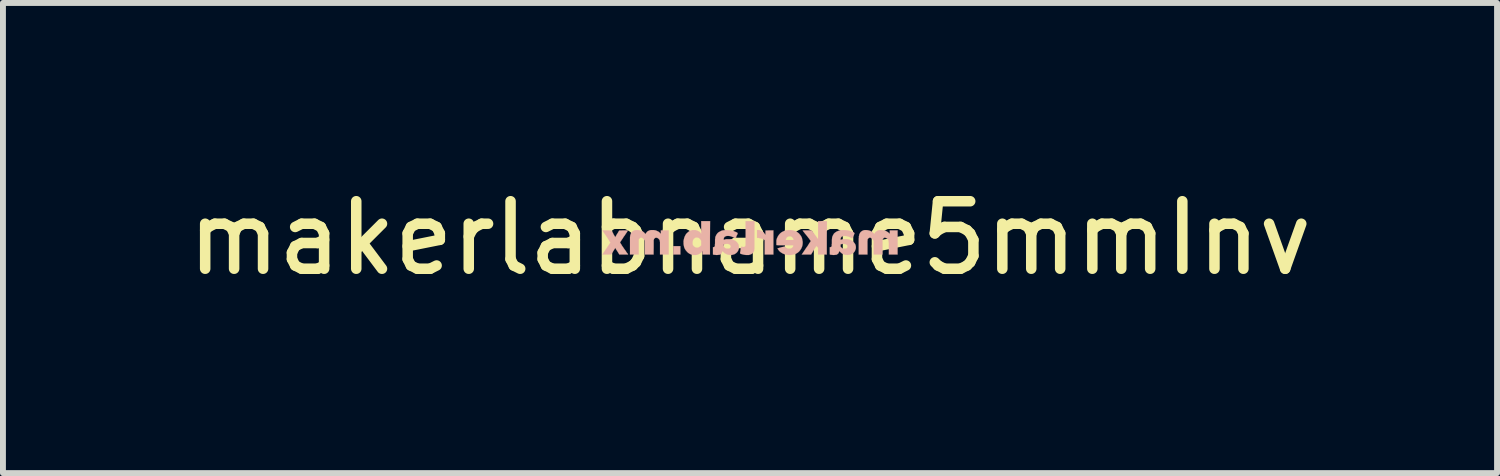
<source format=kicad_pcb>
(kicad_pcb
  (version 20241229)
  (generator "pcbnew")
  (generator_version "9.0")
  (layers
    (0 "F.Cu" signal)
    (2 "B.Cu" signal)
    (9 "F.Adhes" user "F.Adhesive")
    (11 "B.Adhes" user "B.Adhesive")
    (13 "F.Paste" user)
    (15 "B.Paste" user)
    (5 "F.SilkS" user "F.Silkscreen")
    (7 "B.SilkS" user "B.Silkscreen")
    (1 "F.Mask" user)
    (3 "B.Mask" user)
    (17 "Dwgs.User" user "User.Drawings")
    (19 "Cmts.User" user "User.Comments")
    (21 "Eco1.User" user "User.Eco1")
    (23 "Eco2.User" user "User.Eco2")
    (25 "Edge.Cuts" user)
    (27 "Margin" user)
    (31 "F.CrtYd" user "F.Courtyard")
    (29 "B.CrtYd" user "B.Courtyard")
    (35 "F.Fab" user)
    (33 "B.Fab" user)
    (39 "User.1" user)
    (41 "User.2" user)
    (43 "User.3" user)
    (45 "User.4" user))
  (footprint "makerlabname5mmInv"
    (layer "F.Cu")
    (at 9.65 0.981)
    (property "Reference" "makerlabname5mmInv" (at 0 0 0) (layer "F.SilkS") (effects (font (size 1.143 1.143) (thickness 0.178))))
    (attr through_hole)
    (fp_poly (pts (xy -1.3 0.279) (xy -1.24 0.279) (xy -1.179 0.279) (xy -1.179 0.208) (xy -1.179 0.137) (xy -1.24 0.137) (xy -1.3 0.137) (xy -1.3 0.208) (xy -1.3 0.279)) (stroke (width 0.003) (type solid)) (fill yes) (layer "B.SilkS"))
    (fp_poly (pts (xy 0.119 -0.003) (xy 0.142 -0.003) (xy 0.17 0.003) (xy 0.193 0.008) (xy 0.213 0.013) (xy 0.231 0.023) (xy 0.241 0.03) (xy 0.249 0.036) (xy 0.249 0.157) (xy 0.249 0.279) (xy 0.323 0.279) (xy 0.396 0.279) (xy 0.396 0.076) (xy 0.396 -0.13) (xy 0.33 -0.13) (xy 0.262 -0.127) (xy 0.262 -0.091) (xy 0.262 -0.053) (xy 0.249 -0.071) (xy 0.234 -0.091) (xy 0.213 -0.109) (xy 0.193 -0.122) (xy 0.17 -0.132) (xy 0.152 -0.135) (xy 0.142 -0.135) (xy 0.135 -0.137) (xy 0.127 -0.135) (xy 0.119 -0.135) (xy 0.119 -0.069) (xy 0.119 -0.003)) (stroke (width 0.003) (type solid)) (fill yes) (layer "B.SilkS"))
    (fp_poly (pts (xy 0.876 0.279) (xy 0.955 0.279) (xy 1.034 0.279) (xy 1.077 0.208) (xy 1.087 0.191) (xy 1.097 0.175) (xy 1.105 0.163) (xy 1.113 0.15) (xy 1.118 0.142) (xy 1.123 0.137) (xy 1.123 0.135) (xy 1.125 0.135) (xy 1.128 0.137) (xy 1.135 0.142) (xy 1.138 0.147) (xy 1.153 0.163) (xy 1.153 0.221) (xy 1.153 0.279) (xy 1.227 0.279) (xy 1.3 0.279) (xy 1.3 -0.005) (xy 1.303 -0.287) (xy 1.229 -0.287) (xy 1.153 -0.287) (xy 1.153 -0.132) (xy 1.153 0.02) (xy 1.1 -0.053) (xy 1.044 -0.13) (xy 0.968 -0.13) (xy 0.95 -0.13) (xy 0.932 -0.13) (xy 0.917 -0.13) (xy 0.904 -0.13) (xy 0.897 -0.127) (xy 0.892 -0.127) (xy 0.894 -0.124) (xy 0.899 -0.119) (xy 0.904 -0.109) (xy 0.914 -0.099) (xy 0.925 -0.084) (xy 0.937 -0.069) (xy 0.953 -0.051) (xy 0.96 -0.041) (xy 0.975 -0.023) (xy 0.988 -0.005) (xy 1.001 0.01) (xy 1.011 0.025) (xy 1.019 0.036) (xy 1.024 0.043) (xy 1.029 0.048) (xy 1.029 0.051) (xy 1.024 0.058) (xy 1.019 0.069) (xy 1.008 0.081) (xy 0.998 0.097) (xy 0.988 0.114) (xy 0.975 0.135) (xy 0.96 0.155) (xy 0.953 0.165) (xy 0.876 0.279)) (stroke (width 0.003) (type solid)) (fill yes) (layer "B.SilkS"))
    (fp_poly (pts (xy -0.168 0.254) (xy -0.165 0.262) (xy -0.163 0.264) (xy -0.157 0.267) (xy -0.15 0.269) (xy -0.142 0.272) (xy -0.14 0.272) (xy -0.117 0.279) (xy -0.091 0.284) (xy -0.066 0.287) (xy -0.043 0.287) (xy -0.02 0.287) (xy -0.01 0.284) (xy 0.003 0.279) (xy 0.018 0.274) (xy 0.03 0.267) (xy 0.038 0.262) (xy 0.048 0.251) (xy 0.061 0.236) (xy 0.069 0.218) (xy 0.069 0.216) (xy 0.069 0.213) (xy 0.071 0.211) (xy 0.071 0.206) (xy 0.071 0.201) (xy 0.071 0.196) (xy 0.074 0.188) (xy 0.074 0.178) (xy 0.074 0.168) (xy 0.074 0.152) (xy 0.074 0.135) (xy 0.074 0.114) (xy 0.074 0.091) (xy 0.074 0.064) (xy 0.074 0.03) (xy 0.074 -0.008) (xy 0.074 -0.043) (xy 0.076 -0.287) (xy 0 -0.287) (xy -0.074 -0.287) (xy -0.074 -0.086) (xy -0.074 -0.041) (xy -0.074 -0.003) (xy -0.074 0.033) (xy -0.074 0.061) (xy -0.074 0.084) (xy -0.074 0.104) (xy -0.074 0.117) (xy -0.074 0.124) (xy -0.076 0.127) (xy -0.081 0.14) (xy -0.089 0.147) (xy -0.102 0.152) (xy -0.117 0.152) (xy -0.127 0.15) (xy -0.137 0.15) (xy -0.145 0.147) (xy -0.147 0.147) (xy -0.15 0.147) (xy -0.15 0.15) (xy -0.152 0.157) (xy -0.155 0.168) (xy -0.157 0.18) (xy -0.16 0.198) (xy -0.16 0.203) (xy -0.163 0.221) (xy -0.165 0.236) (xy -0.168 0.246) (xy -0.168 0.254)) (stroke (width 0.003) (type solid)) (fill yes) (layer "B.SilkS"))
    (fp_poly (pts (xy -1.125 0.079) (xy -1.125 0.102) (xy -1.12 0.132) (xy -1.113 0.16) (xy -1.1 0.188) (xy -1.087 0.208) (xy -1.069 0.229) (xy -1.049 0.249) (xy -1.029 0.262) (xy -1.019 0.269) (xy -1.006 0.274) (xy -0.993 0.279) (xy -0.98 0.282) (xy -0.978 0.282) (xy -0.973 0.284) (xy -0.973 0.079) (xy -0.973 0.066) (xy -0.973 0.058) (xy -0.97 0.051) (xy -0.968 0.043) (xy -0.965 0.036) (xy -0.958 0.02) (xy -0.95 0.01) (xy -0.94 0.003) (xy -0.932 -0.003) (xy -0.914 -0.01) (xy -0.899 -0.01) (xy -0.881 -0.008) (xy -0.864 0) (xy -0.848 0.013) (xy -0.836 0.028) (xy -0.836 0.03) (xy -0.826 0.046) (xy -0.826 0.084) (xy -0.826 0.124) (xy -0.836 0.135) (xy -0.851 0.147) (xy -0.866 0.157) (xy -0.884 0.163) (xy -0.894 0.163) (xy -0.904 0.163) (xy -0.917 0.16) (xy -0.922 0.16) (xy -0.937 0.152) (xy -0.95 0.142) (xy -0.963 0.127) (xy -0.968 0.119) (xy -0.97 0.112) (xy -0.973 0.104) (xy -0.973 0.097) (xy -0.973 0.089) (xy -0.973 0.079) (xy -0.973 0.284) (xy -0.96 0.287) (xy -0.937 0.287) (xy -0.917 0.287) (xy -0.897 0.284) (xy -0.892 0.282) (xy -0.866 0.272) (xy -0.843 0.259) (xy -0.823 0.241) (xy -0.813 0.229) (xy -0.805 0.218) (xy -0.805 0.249) (xy -0.805 0.279) (xy -0.742 0.279) (xy -0.678 0.279) (xy -0.678 -0.005) (xy -0.676 -0.287) (xy -0.752 -0.287) (xy -0.826 -0.287) (xy -0.826 -0.178) (xy -0.826 -0.069) (xy -0.836 -0.084) (xy -0.851 -0.102) (xy -0.869 -0.114) (xy -0.892 -0.124) (xy -0.912 -0.132) (xy -0.925 -0.135) (xy -0.942 -0.135) (xy -0.96 -0.135) (xy -0.975 -0.135) (xy -0.988 -0.132) (xy -0.991 -0.13) (xy -1.019 -0.122) (xy -1.041 -0.107) (xy -1.062 -0.089) (xy -1.082 -0.069) (xy -1.097 -0.043) (xy -1.11 -0.015) (xy -1.118 0.013) (xy -1.125 0.046) (xy -1.125 0.079)) (stroke (width 0.003) (type solid)) (fill yes) (layer "B.SilkS"))
    (fp_poly (pts (xy 1.841 0.279) (xy 1.915 0.279) (xy 1.989 0.279) (xy 1.989 0.155) (xy 1.989 0.122) (xy 1.989 0.094) (xy 1.989 0.071) (xy 1.989 0.053) (xy 1.991 0.038) (xy 1.991 0.028) (xy 1.991 0.023) (xy 1.999 0.01) (xy 2.007 0.003) (xy 2.019 -0.005) (xy 2.029 -0.008) (xy 2.037 -0.008) (xy 2.05 0) (xy 2.065 0.008) (xy 2.078 0.02) (xy 2.088 0.036) (xy 2.095 0.048) (xy 2.095 0.165) (xy 2.095 0.279) (xy 2.169 0.279) (xy 2.243 0.279) (xy 2.243 0.155) (xy 2.243 0.03) (xy 2.25 0.018) (xy 2.258 0.005) (xy 2.268 -0.003) (xy 2.281 -0.008) (xy 2.294 -0.005) (xy 2.309 0) (xy 2.322 0.01) (xy 2.327 0.013) (xy 2.332 0.02) (xy 2.337 0.023) (xy 2.339 0.028) (xy 2.344 0.033) (xy 2.347 0.041) (xy 2.347 0.048) (xy 2.349 0.056) (xy 2.349 0.069) (xy 2.352 0.081) (xy 2.352 0.099) (xy 2.352 0.122) (xy 2.352 0.147) (xy 2.352 0.165) (xy 2.352 0.279) (xy 2.426 0.279) (xy 2.499 0.279) (xy 2.499 0.076) (xy 2.499 -0.13) (xy 2.433 -0.13) (xy 2.367 -0.13) (xy 2.367 -0.099) (xy 2.367 -0.071) (xy 2.349 -0.089) (xy 2.329 -0.104) (xy 2.304 -0.119) (xy 2.278 -0.127) (xy 2.248 -0.132) (xy 2.22 -0.135) (xy 2.2 -0.135) (xy 2.179 -0.132) (xy 2.164 -0.127) (xy 2.151 -0.119) (xy 2.144 -0.114) (xy 2.136 -0.109) (xy 2.126 -0.102) (xy 2.118 -0.091) (xy 2.113 -0.081) (xy 2.108 -0.074) (xy 2.108 -0.071) (xy 2.106 -0.069) (xy 2.106 -0.066) (xy 2.103 -0.069) (xy 2.101 -0.074) (xy 2.095 -0.079) (xy 2.088 -0.086) (xy 2.08 -0.094) (xy 2.07 -0.102) (xy 2.062 -0.109) (xy 2.055 -0.112) (xy 2.029 -0.124) (xy 1.999 -0.132) (xy 1.968 -0.135) (xy 1.941 -0.135) (xy 1.918 -0.13) (xy 1.897 -0.119) (xy 1.88 -0.107) (xy 1.864 -0.089) (xy 1.859 -0.076) (xy 1.854 -0.069) (xy 1.852 -0.064) (xy 1.849 -0.056) (xy 1.849 -0.048) (xy 1.847 -0.041) (xy 1.844 -0.03) (xy 1.844 -0.02) (xy 1.844 -0.005) (xy 1.841 0.01) (xy 1.841 0.03) (xy 1.841 0.053) (xy 1.841 0.081) (xy 1.841 0.114) (xy 1.841 0.132) (xy 1.841 0.279)) (stroke (width 0.003) (type solid)) (fill yes) (layer "B.SilkS"))
    (fp_poly (pts (xy 0.447 0.079) (xy 0.447 0.091) (xy 0.447 0.104) (xy 0.447 0.112) (xy 0.447 0.117) (xy 0.45 0.119) (xy 0.455 0.119) (xy 0.462 0.119) (xy 0.475 0.122) (xy 0.49 0.122) (xy 0.508 0.122) (xy 0.531 0.122) (xy 0.559 0.122) (xy 0.592 0.122) (xy 0.605 0.122) (xy 0.605 0.033) (xy 0.605 0.025) (xy 0.607 0.018) (xy 0.612 0.008) (xy 0.617 -0.003) (xy 0.622 -0.01) (xy 0.635 -0.02) (xy 0.645 -0.025) (xy 0.66 -0.03) (xy 0.671 -0.03) (xy 0.683 -0.03) (xy 0.693 -0.028) (xy 0.701 -0.025) (xy 0.704 -0.023) (xy 0.714 -0.015) (xy 0.724 -0.005) (xy 0.732 0.008) (xy 0.737 0.02) (xy 0.737 0.025) (xy 0.737 0.033) (xy 0.671 0.033) (xy 0.605 0.033) (xy 0.605 0.122) (xy 0.625 0.122) (xy 0.65 0.122) (xy 0.673 0.122) (xy 0.691 0.122) (xy 0.704 0.122) (xy 0.716 0.122) (xy 0.724 0.122) (xy 0.729 0.124) (xy 0.732 0.124) (xy 0.734 0.127) (xy 0.734 0.13) (xy 0.734 0.132) (xy 0.734 0.135) (xy 0.732 0.14) (xy 0.724 0.155) (xy 0.714 0.165) (xy 0.699 0.175) (xy 0.681 0.18) (xy 0.668 0.18) (xy 0.655 0.18) (xy 0.645 0.18) (xy 0.638 0.178) (xy 0.63 0.175) (xy 0.62 0.17) (xy 0.61 0.165) (xy 0.599 0.157) (xy 0.594 0.15) (xy 0.592 0.145) (xy 0.587 0.145) (xy 0.582 0.145) (xy 0.574 0.147) (xy 0.564 0.15) (xy 0.549 0.152) (xy 0.528 0.157) (xy 0.465 0.175) (xy 0.47 0.183) (xy 0.483 0.203) (xy 0.5 0.224) (xy 0.521 0.241) (xy 0.546 0.257) (xy 0.572 0.269) (xy 0.599 0.279) (xy 0.612 0.282) (xy 0.632 0.284) (xy 0.653 0.287) (xy 0.673 0.287) (xy 0.693 0.287) (xy 0.711 0.284) (xy 0.721 0.282) (xy 0.754 0.274) (xy 0.785 0.262) (xy 0.81 0.246) (xy 0.833 0.226) (xy 0.853 0.201) (xy 0.869 0.175) (xy 0.881 0.147) (xy 0.889 0.117) (xy 0.892 0.084) (xy 0.892 0.064) (xy 0.886 0.03) (xy 0.879 -0.003) (xy 0.866 -0.03) (xy 0.848 -0.056) (xy 0.828 -0.079) (xy 0.803 -0.099) (xy 0.775 -0.114) (xy 0.744 -0.124) (xy 0.711 -0.132) (xy 0.693 -0.135) (xy 0.658 -0.135) (xy 0.622 -0.132) (xy 0.589 -0.124) (xy 0.561 -0.112) (xy 0.533 -0.097) (xy 0.511 -0.079) (xy 0.488 -0.053) (xy 0.472 -0.028) (xy 0.457 0.003) (xy 0.452 0.02) (xy 0.45 0.03) (xy 0.447 0.041) (xy 0.447 0.053) (xy 0.447 0.066) (xy 0.447 0.079)) (stroke (width 0.003) (type solid)) (fill yes) (layer "B.SilkS"))
    (fp_poly (pts (xy -2.499 0.277) (xy -2.497 0.279) (xy -2.489 0.279) (xy -2.479 0.279) (xy -2.464 0.279) (xy -2.449 0.279) (xy -2.428 0.279) (xy -2.426 0.279) (xy -2.349 0.277) (xy -2.322 0.231) (xy -2.311 0.216) (xy -2.304 0.203) (xy -2.296 0.191) (xy -2.291 0.183) (xy -2.286 0.175) (xy -2.281 0.165) (xy -2.276 0.175) (xy -2.273 0.183) (xy -2.268 0.191) (xy -2.261 0.203) (xy -2.25 0.216) (xy -2.243 0.231) (xy -2.24 0.234) (xy -2.212 0.279) (xy -2.139 0.279) (xy -2.118 0.279) (xy -2.103 0.279) (xy -2.088 0.279) (xy -2.075 0.279) (xy -2.068 0.279) (xy -2.065 0.279) (xy -2.065 0.277) (xy -2.07 0.269) (xy -2.075 0.259) (xy -2.085 0.249) (xy -2.095 0.234) (xy -2.106 0.216) (xy -2.121 0.196) (xy -2.134 0.178) (xy -2.151 0.152) (xy -2.167 0.13) (xy -2.177 0.112) (xy -2.187 0.097) (xy -2.195 0.084) (xy -2.2 0.076) (xy -2.2 0.074) (xy -2.2 0.071) (xy -2.195 0.064) (xy -2.187 0.053) (xy -2.179 0.041) (xy -2.169 0.025) (xy -2.156 0.008) (xy -2.144 -0.013) (xy -2.134 -0.028) (xy -2.118 -0.048) (xy -2.106 -0.069) (xy -2.095 -0.084) (xy -2.085 -0.099) (xy -2.078 -0.112) (xy -2.07 -0.122) (xy -2.068 -0.127) (xy -2.07 -0.13) (xy -2.075 -0.13) (xy -2.088 -0.13) (xy -2.101 -0.13) (xy -2.118 -0.13) (xy -2.136 -0.13) (xy -2.141 -0.13) (xy -2.215 -0.127) (xy -2.228 -0.107) (xy -2.233 -0.097) (xy -2.24 -0.084) (xy -2.25 -0.071) (xy -2.258 -0.056) (xy -2.261 -0.051) (xy -2.283 -0.013) (xy -2.286 -0.023) (xy -2.289 -0.028) (xy -2.294 -0.036) (xy -2.301 -0.048) (xy -2.309 -0.061) (xy -2.316 -0.076) (xy -2.319 -0.081) (xy -2.347 -0.127) (xy -2.421 -0.13) (xy -2.441 -0.13) (xy -2.459 -0.13) (xy -2.474 -0.13) (xy -2.484 -0.13) (xy -2.492 -0.13) (xy -2.497 -0.127) (xy -2.494 -0.124) (xy -2.492 -0.119) (xy -2.484 -0.109) (xy -2.477 -0.097) (xy -2.466 -0.081) (xy -2.454 -0.064) (xy -2.441 -0.046) (xy -2.428 -0.025) (xy -2.413 -0.003) (xy -2.4 0.018) (xy -2.388 0.036) (xy -2.38 0.051) (xy -2.372 0.064) (xy -2.367 0.071) (xy -2.362 0.076) (xy -2.362 0.079) (xy -2.365 0.081) (xy -2.37 0.086) (xy -2.377 0.097) (xy -2.385 0.109) (xy -2.395 0.124) (xy -2.408 0.142) (xy -2.421 0.163) (xy -2.431 0.178) (xy -2.446 0.198) (xy -2.459 0.218) (xy -2.469 0.234) (xy -2.479 0.249) (xy -2.487 0.262) (xy -2.494 0.269) (xy -2.497 0.277) (xy -2.499 0.277)) (stroke (width 0.003) (type solid)) (fill yes) (layer "B.SilkS"))
    (fp_poly (pts (xy -2.032 0.279) (xy -1.958 0.279) (xy -1.885 0.279) (xy -1.885 0.155) (xy -1.885 0.122) (xy -1.885 0.094) (xy -1.885 0.071) (xy -1.885 0.053) (xy -1.885 0.038) (xy -1.885 0.028) (xy -1.882 0.023) (xy -1.877 0.01) (xy -1.867 0.003) (xy -1.857 -0.005) (xy -1.844 -0.008) (xy -1.839 -0.008) (xy -1.824 -0.003) (xy -1.811 0.008) (xy -1.798 0.02) (xy -1.788 0.033) (xy -1.786 0.038) (xy -1.783 0.041) (xy -1.783 0.043) (xy -1.781 0.046) (xy -1.781 0.051) (xy -1.781 0.056) (xy -1.781 0.066) (xy -1.781 0.076) (xy -1.781 0.091) (xy -1.781 0.109) (xy -1.781 0.13) (xy -1.781 0.155) (xy -1.781 0.163) (xy -1.781 0.279) (xy -1.707 0.279) (xy -1.633 0.279) (xy -1.631 0.155) (xy -1.631 0.127) (xy -1.631 0.102) (xy -1.631 0.081) (xy -1.631 0.066) (xy -1.631 0.053) (xy -1.631 0.043) (xy -1.631 0.036) (xy -1.628 0.03) (xy -1.628 0.025) (xy -1.628 0.023) (xy -1.626 0.02) (xy -1.626 0.018) (xy -1.615 0.005) (xy -1.605 -0.003) (xy -1.595 -0.005) (xy -1.58 -0.005) (xy -1.575 -0.005) (xy -1.565 0) (xy -1.557 0.005) (xy -1.547 0.013) (xy -1.542 0.02) (xy -1.537 0.025) (xy -1.534 0.028) (xy -1.532 0.033) (xy -1.529 0.038) (xy -1.527 0.046) (xy -1.527 0.056) (xy -1.524 0.066) (xy -1.524 0.079) (xy -1.524 0.097) (xy -1.524 0.117) (xy -1.524 0.142) (xy -1.524 0.165) (xy -1.524 0.279) (xy -1.45 0.279) (xy -1.377 0.279) (xy -1.377 0.076) (xy -1.377 -0.13) (xy -1.443 -0.13) (xy -1.509 -0.13) (xy -1.509 -0.099) (xy -1.509 -0.071) (xy -1.527 -0.089) (xy -1.547 -0.107) (xy -1.572 -0.119) (xy -1.598 -0.13) (xy -1.628 -0.135) (xy -1.654 -0.135) (xy -1.676 -0.135) (xy -1.697 -0.132) (xy -1.714 -0.124) (xy -1.73 -0.117) (xy -1.742 -0.107) (xy -1.745 -0.104) (xy -1.753 -0.094) (xy -1.76 -0.084) (xy -1.763 -0.079) (xy -1.765 -0.074) (xy -1.768 -0.069) (xy -1.77 -0.066) (xy -1.77 -0.069) (xy -1.775 -0.074) (xy -1.778 -0.076) (xy -1.788 -0.089) (xy -1.803 -0.102) (xy -1.819 -0.112) (xy -1.839 -0.122) (xy -1.857 -0.127) (xy -1.872 -0.132) (xy -1.892 -0.135) (xy -1.913 -0.135) (xy -1.933 -0.135) (xy -1.935 -0.135) (xy -1.958 -0.13) (xy -1.979 -0.119) (xy -1.996 -0.107) (xy -2.009 -0.089) (xy -2.017 -0.076) (xy -2.019 -0.071) (xy -2.022 -0.064) (xy -2.024 -0.056) (xy -2.027 -0.048) (xy -2.029 -0.041) (xy -2.029 -0.03) (xy -2.032 -0.02) (xy -2.032 -0.005) (xy -2.032 0.01) (xy -2.032 0.03) (xy -2.032 0.056) (xy -2.032 0.081) (xy -2.032 0.114) (xy -2.032 0.132) (xy -2.032 0.279)) (stroke (width 0.003) (type solid)) (fill yes) (layer "B.SilkS"))
    (fp_poly (pts (xy 1.351 0.216) (xy 1.351 0.236) (xy 1.351 0.251) (xy 1.351 0.262) (xy 1.351 0.269) (xy 1.351 0.274) (xy 1.354 0.279) (xy 1.364 0.282) (xy 1.374 0.284) (xy 1.389 0.284) (xy 1.405 0.287) (xy 1.417 0.287) (xy 1.422 0.287) (xy 1.445 0.284) (xy 1.466 0.282) (xy 1.481 0.272) (xy 1.494 0.262) (xy 1.504 0.244) (xy 1.509 0.226) (xy 1.509 0.224) (xy 1.509 0.221) (xy 1.511 0.221) (xy 1.514 0.221) (xy 1.519 0.226) (xy 1.527 0.234) (xy 1.532 0.239) (xy 1.534 0.241) (xy 1.534 0.13) (xy 1.534 0.124) (xy 1.534 0.107) (xy 1.552 0.102) (xy 1.567 0.099) (xy 1.585 0.099) (xy 1.603 0.099) (xy 1.615 0.102) (xy 1.628 0.107) (xy 1.638 0.114) (xy 1.646 0.122) (xy 1.651 0.127) (xy 1.651 0.135) (xy 1.651 0.14) (xy 1.651 0.155) (xy 1.646 0.165) (xy 1.636 0.173) (xy 1.633 0.175) (xy 1.623 0.18) (xy 1.608 0.18) (xy 1.593 0.18) (xy 1.577 0.178) (xy 1.562 0.173) (xy 1.552 0.165) (xy 1.542 0.155) (xy 1.537 0.15) (xy 1.534 0.142) (xy 1.534 0.13) (xy 1.534 0.241) (xy 1.552 0.257) (xy 1.572 0.269) (xy 1.598 0.279) (xy 1.613 0.284) (xy 1.631 0.284) (xy 1.651 0.287) (xy 1.669 0.284) (xy 1.687 0.282) (xy 1.692 0.282) (xy 1.717 0.272) (xy 1.737 0.259) (xy 1.758 0.244) (xy 1.773 0.226) (xy 1.783 0.203) (xy 1.791 0.18) (xy 1.793 0.157) (xy 1.791 0.132) (xy 1.788 0.124) (xy 1.781 0.102) (xy 1.765 0.081) (xy 1.75 0.064) (xy 1.73 0.048) (xy 1.707 0.036) (xy 1.679 0.025) (xy 1.666 0.023) (xy 1.651 0.02) (xy 1.631 0.018) (xy 1.613 0.018) (xy 1.593 0.018) (xy 1.575 0.02) (xy 1.56 0.023) (xy 1.552 0.025) (xy 1.544 0.028) (xy 1.537 0.03) (xy 1.534 0.03) (xy 1.534 0.028) (xy 1.534 0.023) (xy 1.534 0.015) (xy 1.537 0) (xy 1.544 -0.013) (xy 1.552 -0.023) (xy 1.567 -0.03) (xy 1.585 -0.036) (xy 1.605 -0.036) (xy 1.636 -0.033) (xy 1.664 -0.025) (xy 1.694 -0.015) (xy 1.712 -0.005) (xy 1.72 0) (xy 1.727 0.005) (xy 1.73 0.005) (xy 1.732 0.003) (xy 1.735 -0.003) (xy 1.74 -0.013) (xy 1.745 -0.023) (xy 1.75 -0.036) (xy 1.758 -0.048) (xy 1.763 -0.061) (xy 1.765 -0.071) (xy 1.77 -0.079) (xy 1.77 -0.084) (xy 1.768 -0.086) (xy 1.76 -0.091) (xy 1.753 -0.097) (xy 1.74 -0.102) (xy 1.727 -0.107) (xy 1.717 -0.114) (xy 1.704 -0.117) (xy 1.671 -0.127) (xy 1.636 -0.132) (xy 1.603 -0.135) (xy 1.567 -0.135) (xy 1.534 -0.132) (xy 1.504 -0.124) (xy 1.476 -0.114) (xy 1.466 -0.109) (xy 1.443 -0.094) (xy 1.422 -0.076) (xy 1.41 -0.056) (xy 1.397 -0.03) (xy 1.394 -0.023) (xy 1.392 -0.015) (xy 1.392 -0.01) (xy 1.389 -0.003) (xy 1.389 0.005) (xy 1.389 0.015) (xy 1.387 0.028) (xy 1.387 0.046) (xy 1.387 0.066) (xy 1.387 0.091) (xy 1.384 0.109) (xy 1.384 0.122) (xy 1.384 0.132) (xy 1.382 0.14) (xy 1.382 0.142) (xy 1.377 0.147) (xy 1.369 0.152) (xy 1.359 0.155) (xy 1.356 0.155) (xy 1.354 0.155) (xy 1.351 0.157) (xy 1.351 0.163) (xy 1.351 0.17) (xy 1.351 0.18) (xy 1.351 0.193) (xy 1.351 0.211) (xy 1.351 0.216)) (stroke (width 0.003) (type solid)) (fill yes) (layer "B.SilkS"))
    (fp_poly (pts (xy -0.627 0.216) (xy -0.627 0.236) (xy -0.627 0.251) (xy -0.627 0.262) (xy -0.627 0.269) (xy -0.627 0.274) (xy -0.627 0.279) (xy -0.625 0.279) (xy -0.615 0.282) (xy -0.605 0.284) (xy -0.589 0.284) (xy -0.577 0.287) (xy -0.561 0.287) (xy -0.556 0.287) (xy -0.533 0.284) (xy -0.513 0.282) (xy -0.498 0.274) (xy -0.485 0.262) (xy -0.478 0.246) (xy -0.47 0.229) (xy -0.467 0.218) (xy -0.447 0.239) (xy -0.445 0.241) (xy -0.445 0.124) (xy -0.445 0.107) (xy -0.427 0.102) (xy -0.406 0.099) (xy -0.389 0.099) (xy -0.371 0.099) (xy -0.361 0.102) (xy -0.345 0.109) (xy -0.335 0.119) (xy -0.33 0.13) (xy -0.325 0.14) (xy -0.328 0.152) (xy -0.333 0.163) (xy -0.34 0.173) (xy -0.345 0.175) (xy -0.356 0.18) (xy -0.371 0.18) (xy -0.386 0.18) (xy -0.401 0.178) (xy -0.417 0.173) (xy -0.427 0.165) (xy -0.437 0.155) (xy -0.442 0.15) (xy -0.445 0.142) (xy -0.445 0.13) (xy -0.445 0.124) (xy -0.445 0.241) (xy -0.427 0.257) (xy -0.404 0.269) (xy -0.381 0.279) (xy -0.368 0.282) (xy -0.353 0.284) (xy -0.335 0.287) (xy -0.318 0.287) (xy -0.3 0.284) (xy -0.292 0.282) (xy -0.264 0.274) (xy -0.244 0.262) (xy -0.224 0.246) (xy -0.208 0.226) (xy -0.196 0.203) (xy -0.188 0.18) (xy -0.188 0.175) (xy -0.188 0.152) (xy -0.191 0.127) (xy -0.198 0.104) (xy -0.211 0.084) (xy -0.226 0.066) (xy -0.246 0.048) (xy -0.272 0.036) (xy -0.297 0.025) (xy -0.305 0.023) (xy -0.312 0.02) (xy -0.32 0.02) (xy -0.33 0.02) (xy -0.343 0.02) (xy -0.358 0.02) (xy -0.363 0.02) (xy -0.381 0.02) (xy -0.396 0.02) (xy -0.409 0.02) (xy -0.419 0.023) (xy -0.429 0.025) (xy -0.439 0.03) (xy -0.442 0.03) (xy -0.445 0.03) (xy -0.445 0.028) (xy -0.445 0.023) (xy -0.445 0.015) (xy -0.442 -0.003) (xy -0.434 -0.015) (xy -0.424 -0.025) (xy -0.411 -0.03) (xy -0.394 -0.036) (xy -0.384 -0.036) (xy -0.353 -0.036) (xy -0.325 -0.03) (xy -0.297 -0.02) (xy -0.269 -0.005) (xy -0.267 -0.005) (xy -0.257 0.003) (xy -0.251 0.005) (xy -0.249 0.005) (xy -0.246 0.005) (xy -0.246 0.003) (xy -0.241 -0.005) (xy -0.236 -0.015) (xy -0.231 -0.028) (xy -0.226 -0.041) (xy -0.218 -0.053) (xy -0.213 -0.066) (xy -0.211 -0.076) (xy -0.208 -0.081) (xy -0.208 -0.084) (xy -0.211 -0.086) (xy -0.218 -0.091) (xy -0.226 -0.097) (xy -0.239 -0.102) (xy -0.251 -0.107) (xy -0.262 -0.112) (xy -0.274 -0.117) (xy -0.31 -0.127) (xy -0.348 -0.132) (xy -0.389 -0.135) (xy -0.419 -0.135) (xy -0.442 -0.132) (xy -0.462 -0.13) (xy -0.48 -0.124) (xy -0.498 -0.117) (xy -0.505 -0.112) (xy -0.531 -0.099) (xy -0.551 -0.081) (xy -0.566 -0.061) (xy -0.579 -0.036) (xy -0.587 -0.018) (xy -0.587 -0.01) (xy -0.589 -0.003) (xy -0.589 0.01) (xy -0.592 0.023) (xy -0.592 0.041) (xy -0.592 0.064) (xy -0.592 0.066) (xy -0.592 0.091) (xy -0.594 0.109) (xy -0.594 0.122) (xy -0.594 0.132) (xy -0.597 0.14) (xy -0.597 0.142) (xy -0.602 0.147) (xy -0.61 0.152) (xy -0.62 0.155) (xy -0.622 0.155) (xy -0.625 0.155) (xy -0.627 0.155) (xy -0.627 0.157) (xy -0.627 0.163) (xy -0.627 0.17) (xy -0.627 0.18) (xy -0.627 0.193) (xy -0.627 0.211) (xy -0.627 0.216)) (stroke (width 0.003) (type solid)) (fill yes) (layer "B.SilkS")))
  (gr_rect
    (start -3 -3)
    (end 22.3 4.961)
    (stroke (width 0.1) (type default))
    (fill no)
    (layer "Edge.Cuts")))
</source>
